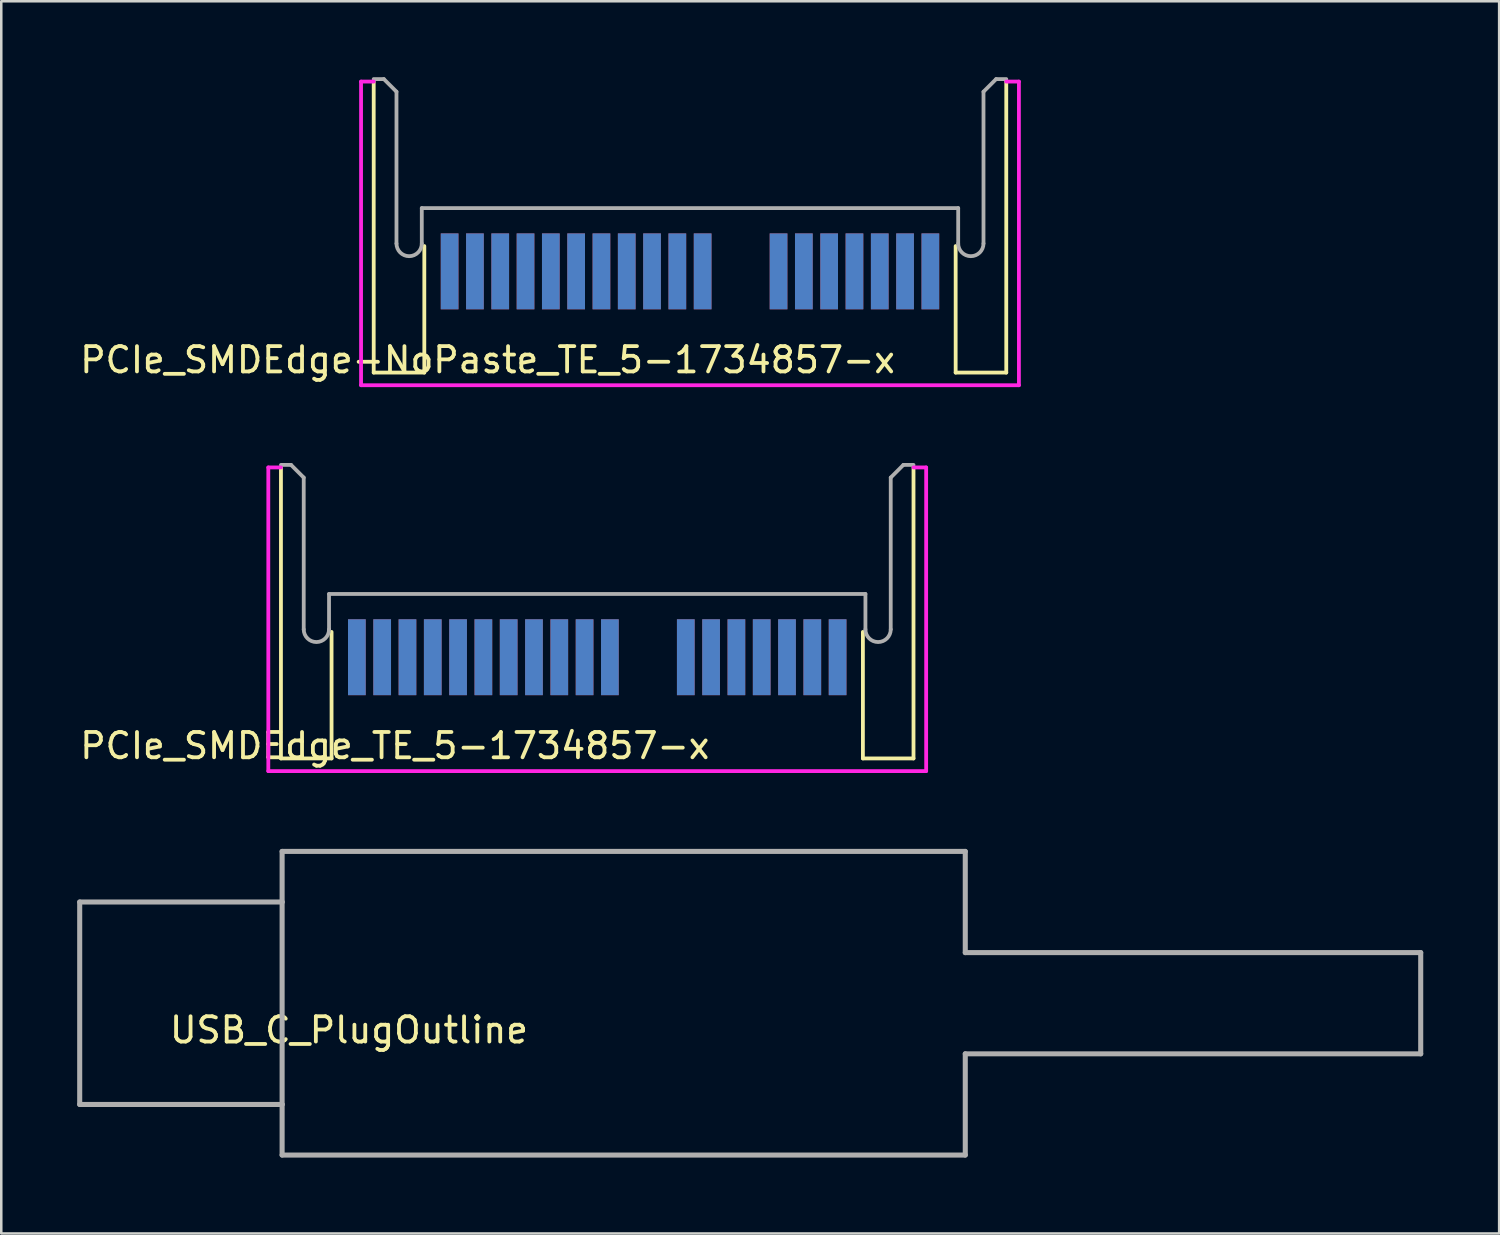
<source format=kicad_pcb>
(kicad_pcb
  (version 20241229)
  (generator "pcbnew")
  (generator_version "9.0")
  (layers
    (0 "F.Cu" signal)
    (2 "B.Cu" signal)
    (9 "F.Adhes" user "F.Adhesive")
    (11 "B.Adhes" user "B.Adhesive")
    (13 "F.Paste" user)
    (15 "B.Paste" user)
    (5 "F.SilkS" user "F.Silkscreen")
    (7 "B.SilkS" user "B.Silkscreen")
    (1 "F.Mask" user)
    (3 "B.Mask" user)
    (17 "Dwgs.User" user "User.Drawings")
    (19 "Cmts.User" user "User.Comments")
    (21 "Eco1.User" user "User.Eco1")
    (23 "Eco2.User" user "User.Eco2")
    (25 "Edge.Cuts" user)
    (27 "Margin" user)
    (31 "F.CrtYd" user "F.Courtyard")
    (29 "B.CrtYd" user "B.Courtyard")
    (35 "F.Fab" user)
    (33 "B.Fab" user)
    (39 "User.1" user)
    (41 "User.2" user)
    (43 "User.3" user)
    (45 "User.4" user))
  (footprint "PCIe_SMDEdge_TE_5-1734857-x"
    (layer "F.Cu")
    (at 22.554 20.425)
    (property "Reference" "PCIe_SMDEdge_TE_5-1734857-x" (at -10 6 0) (layer "F.SilkS") (effects (font (size 1 1) (thickness 0.15))))
    (attr through_hole)
    (fp_line (start -14.5 6.5) (end -14.5 -5) (stroke (width 0.15) (type solid)) (layer "F.SilkS"))
    (fp_line (start -14.5 6.5) (end -12.5 6.5) (stroke (width 0.15) (type solid)) (layer "F.SilkS"))
    (fp_line (start -12.5 6.5) (end -12.5 1.5) (stroke (width 0.15) (type solid)) (layer "F.SilkS"))
    (fp_line (start 8.5 6.5) (end 8.5 1.5) (stroke (width 0.15) (type solid)) (layer "F.SilkS"))
    (fp_line (start 10.5 6.5) (end 8.5 6.5) (stroke (width 0.15) (type solid)) (layer "F.SilkS"))
    (fp_line (start 10.5 6.5) (end 10.5 -5) (stroke (width 0.15) (type solid)) (layer "F.SilkS"))
    (fp_line (start -15 -5) (end -15 7) (stroke (width 0.15) (type solid)) (layer "F.CrtYd"))
    (fp_line (start -15 -5) (end -14.5 -5) (stroke (width 0.15) (type solid)) (layer "F.CrtYd"))
    (fp_line (start -15 7) (end 11 7) (stroke (width 0.15) (type solid)) (layer "F.CrtYd"))
    (fp_line (start 11 -5) (end 10.5 -5) (stroke (width 0.15) (type solid)) (layer "F.CrtYd"))
    (fp_line (start 11 7) (end 11 -5) (stroke (width 0.15) (type solid)) (layer "F.CrtYd"))
    (fp_line (start -14.1 -5.1) (end -14.5 -5.1) (stroke (width 0.15) (type solid)) (layer "F.Fab"))
    (fp_line (start -13.6 -4.6) (end -14.1 -5.1) (stroke (width 0.15) (type solid)) (layer "F.Fab"))
    (fp_line (start -13.6 1.4) (end -13.6 -4.6) (stroke (width 0.15) (type solid)) (layer "F.Fab"))
    (fp_line (start -12.6 0) (end -12.6 1.4) (stroke (width 0.15) (type solid)) (layer "F.Fab"))
    (fp_line (start -12.6 0) (end 8.6 0) (stroke (width 0.15) (type solid)) (layer "F.Fab"))
    (fp_line (start 8.6 0) (end 8.6 1.4) (stroke (width 0.15) (type solid)) (layer "F.Fab"))
    (fp_line (start 9.6 -4.6) (end 10.1 -5.1) (stroke (width 0.15) (type solid)) (layer "F.Fab"))
    (fp_line (start 9.6 1.4) (end 9.6 -4.6) (stroke (width 0.15) (type solid)) (layer "F.Fab"))
    (fp_line (start 10.1 -5.1) (end 10.5 -5.1) (stroke (width 0.15) (type solid)) (layer "F.Fab"))
    (fp_arc (start -12.6 1.4) (mid -13.1 1.9) (end -13.6 1.4) (stroke (width 0.15) (type solid)) (layer "F.Fab"))
    (fp_arc (start 9.6 1.4) (mid 9.1 1.9) (end 8.6 1.4) (stroke (width 0.15) (type solid)) (layer "F.Fab"))
    (pad "A1" smd rect (at -11.5 2.5) (size 0.7 3) (layers "F.Mask" "B.Cu" "F.Paste"))
    (pad "A2" smd rect (at -10.5 2.5) (size 0.7 3) (layers "F.Mask" "B.Cu" "F.Paste"))
    (pad "A3" smd rect (at -9.5 2.5) (size 0.7 3) (layers "F.Mask" "B.Cu" "F.Paste"))
    (pad "A4" smd rect (at -8.5 2.5) (size 0.7 3) (layers "F.Mask" "B.Cu" "F.Paste"))
    (pad "A5" smd rect (at -7.5 2.5) (size 0.7 3) (layers "F.Mask" "B.Cu" "F.Paste"))
    (pad "A6" smd rect (at -6.5 2.5) (size 0.7 3) (layers "F.Mask" "B.Cu" "F.Paste"))
    (pad "A7" smd rect (at -5.5 2.5) (size 0.7 3) (layers "F.Mask" "B.Cu" "F.Paste"))
    (pad "A8" smd rect (at -4.5 2.5) (size 0.7 3) (layers "F.Mask" "B.Cu" "F.Paste"))
    (pad "A9" smd rect (at -3.5 2.5) (size 0.7 3) (layers "F.Mask" "B.Cu" "F.Paste"))
    (pad "A10" smd rect (at -2.5 2.5) (size 0.7 3) (layers "F.Mask" "B.Cu" "F.Paste"))
    (pad "A11" smd rect (at -1.5 2.5) (size 0.7 3) (layers "F.Mask" "B.Cu" "F.Paste"))
    (pad "A12" smd rect (at 1.5 2.5) (size 0.7 3) (layers "F.Mask" "B.Cu" "F.Paste"))
    (pad "A13" smd rect (at 2.5 2.5) (size 0.7 3) (layers "F.Mask" "B.Cu" "F.Paste"))
    (pad "A14" smd rect (at 3.5 2.5) (size 0.7 3) (layers "F.Mask" "B.Cu" "F.Paste"))
    (pad "A15" smd rect (at 4.5 2.5) (size 0.7 3) (layers "F.Mask" "B.Cu" "F.Paste"))
    (pad "A16" smd rect (at 5.5 2.5) (size 0.7 3) (layers "F.Mask" "B.Cu" "F.Paste"))
    (pad "A17" smd rect (at 6.5 2.5) (size 0.7 3) (layers "F.Mask" "B.Cu" "F.Paste"))
    (pad "A18" smd rect (at 7.5 2.5) (size 0.7 3) (layers "F.Mask" "B.Cu" "F.Paste"))
    (pad "B1" smd rect (at -11.5 2.5) (size 0.7 3) (layers "F.Cu" "F.Mask" "F.Paste"))
    (pad "B2" smd rect (at -10.5 2.5) (size 0.7 3) (layers "F.Cu" "F.Mask" "F.Paste"))
    (pad "B3" smd rect (at -9.5 2.5) (size 0.7 3) (layers "F.Cu" "F.Mask" "F.Paste"))
    (pad "B4" smd rect (at -8.5 2.5) (size 0.7 3) (layers "F.Cu" "F.Mask" "F.Paste"))
    (pad "B5" smd rect (at -7.5 2.5) (size 0.7 3) (layers "F.Cu" "F.Mask" "F.Paste"))
    (pad "B6" smd rect (at -6.5 2.5) (size 0.7 3) (layers "F.Cu" "F.Mask" "F.Paste"))
    (pad "B7" smd rect (at -5.5 2.5) (size 0.7 3) (layers "F.Cu" "F.Mask" "F.Paste"))
    (pad "B8" smd rect (at -4.5 2.5) (size 0.7 3) (layers "F.Cu" "F.Mask" "F.Paste"))
    (pad "B9" smd rect (at -3.5 2.5) (size 0.7 3) (layers "F.Cu" "F.Mask" "F.Paste"))
    (pad "B10" smd rect (at -2.5 2.5) (size 0.7 3) (layers "F.Cu" "F.Mask" "F.Paste"))
    (pad "B11" smd rect (at -1.5 2.5) (size 0.7 3) (layers "F.Cu" "F.Mask" "F.Paste"))
    (pad "B12" smd rect (at 1.5 2.5) (size 0.7 3) (layers "F.Cu" "F.Mask" "F.Paste"))
    (pad "B13" smd rect (at 2.5 2.5) (size 0.7 3) (layers "F.Cu" "F.Mask" "F.Paste"))
    (pad "B14" smd rect (at 3.5 2.5) (size 0.7 3) (layers "F.Cu" "F.Mask" "F.Paste"))
    (pad "B15" smd rect (at 4.5 2.5) (size 0.7 3) (layers "F.Cu" "F.Mask" "F.Paste"))
    (pad "B16" smd rect (at 5.5 2.5) (size 0.7 3) (layers "F.Cu" "F.Mask" "F.Paste"))
    (pad "B17" smd rect (at 6.5 2.5) (size 0.7 3) (layers "F.Cu" "F.Mask" "F.Paste"))
    (pad "B18" smd rect (at 7.5 2.5) (size 0.7 3) (layers "F.Cu" "F.Mask" "F.Paste")))
  (footprint "USB_C_PlugOutline"
    (layer "F.Cu")
    (at 8.093 36.61)
    (property "Reference" "USB_C_PlugOutline" (at 2.65 1.05 0) (layer "F.SilkS") (effects (font (size 1 1) (thickness 0.15))))
    (attr through_hole)
    (fp_line (start -7.993 -4.01) (end 0.007 -4.01) (stroke (width 0.2) (type solid)) (layer "F.Fab"))
    (fp_line (start -7.993 3.99) (end -7.993 -4.01) (stroke (width 0.2) (type solid)) (layer "F.Fab"))
    (fp_line (start 0.007 -6.01) (end 27.007 -6.01) (stroke (width 0.2) (type solid)) (layer "F.Fab"))
    (fp_line (start 0.007 -4.01) (end 0.007 -6.01) (stroke (width 0.2) (type solid)) (layer "F.Fab"))
    (fp_line (start 0.007 3.99) (end -7.993 3.99) (stroke (width 0.2) (type solid)) (layer "F.Fab"))
    (fp_line (start 0.007 3.99) (end 0.007 -4.01) (stroke (width 0.2) (type solid)) (layer "F.Fab"))
    (fp_line (start 0.007 3.99) (end 0.007 5.99) (stroke (width 0.2) (type solid)) (layer "F.Fab"))
    (fp_line (start 0.007 5.99) (end 27.007 5.99) (stroke (width 0.2) (type solid)) (layer "F.Fab"))
    (fp_line (start 27.007 -2.01) (end 27.007 -6.01) (stroke (width 0.2) (type solid)) (layer "F.Fab"))
    (fp_line (start 27.007 1.99) (end 45.007 1.99) (stroke (width 0.2) (type solid)) (layer "F.Fab"))
    (fp_line (start 27.007 5.99) (end 27.007 1.99) (stroke (width 0.2) (type solid)) (layer "F.Fab"))
    (fp_line (start 45.007 -2.01) (end 27.007 -2.01) (stroke (width 0.2) (type solid)) (layer "F.Fab"))
    (fp_line (start 45.007 1.99) (end 45.007 -2.01) (stroke (width 0.2) (type solid)) (layer "F.Fab")))
  (footprint "PCIe_SMDEdge-NoPaste_TE_5-1734857-x"
    (layer "F.Cu")
    (at 26.22 5.175)
    (property "Reference" "PCIe_SMDEdge-NoPaste_TE_5-1734857-x" (at -10 6 0) (layer "F.SilkS") (effects (font (size 1 1) (thickness 0.15))))
    (attr through_hole)
    (fp_line (start -14.5 6.5) (end -14.5 -5) (stroke (width 0.15) (type solid)) (layer "F.SilkS"))
    (fp_line (start -14.5 6.5) (end -12.5 6.5) (stroke (width 0.15) (type solid)) (layer "F.SilkS"))
    (fp_line (start -12.5 6.5) (end -12.5 1.5) (stroke (width 0.15) (type solid)) (layer "F.SilkS"))
    (fp_line (start 8.5 6.5) (end 8.5 1.5) (stroke (width 0.15) (type solid)) (layer "F.SilkS"))
    (fp_line (start 10.5 6.5) (end 8.5 6.5) (stroke (width 0.15) (type solid)) (layer "F.SilkS"))
    (fp_line (start 10.5 6.5) (end 10.5 -5) (stroke (width 0.15) (type solid)) (layer "F.SilkS"))
    (fp_line (start -15 -5) (end -15 7) (stroke (width 0.15) (type solid)) (layer "F.CrtYd"))
    (fp_line (start -15 -5) (end -14.5 -5) (stroke (width 0.15) (type solid)) (layer "F.CrtYd"))
    (fp_line (start -15 7) (end 11 7) (stroke (width 0.15) (type solid)) (layer "F.CrtYd"))
    (fp_line (start 11 -5) (end 10.5 -5) (stroke (width 0.15) (type solid)) (layer "F.CrtYd"))
    (fp_line (start 11 7) (end 11 -5) (stroke (width 0.15) (type solid)) (layer "F.CrtYd"))
    (fp_line (start -14.1 -5.1) (end -14.5 -5.1) (stroke (width 0.15) (type solid)) (layer "F.Fab"))
    (fp_line (start -13.6 -4.6) (end -14.1 -5.1) (stroke (width 0.15) (type solid)) (layer "F.Fab"))
    (fp_line (start -13.6 1.4) (end -13.6 -4.6) (stroke (width 0.15) (type solid)) (layer "F.Fab"))
    (fp_line (start -12.6 0) (end -12.6 1.4) (stroke (width 0.15) (type solid)) (layer "F.Fab"))
    (fp_line (start -12.6 0) (end 8.6 0) (stroke (width 0.15) (type solid)) (layer "F.Fab"))
    (fp_line (start 8.6 0) (end 8.6 1.4) (stroke (width 0.15) (type solid)) (layer "F.Fab"))
    (fp_line (start 9.6 -4.6) (end 10.1 -5.1) (stroke (width 0.15) (type solid)) (layer "F.Fab"))
    (fp_line (start 9.6 1.4) (end 9.6 -4.6) (stroke (width 0.15) (type solid)) (layer "F.Fab"))
    (fp_line (start 10.1 -5.1) (end 10.5 -5.1) (stroke (width 0.15) (type solid)) (layer "F.Fab"))
    (fp_arc (start -12.6 1.4) (mid -13.1 1.9) (end -13.6 1.4) (stroke (width 0.15) (type solid)) (layer "F.Fab"))
    (fp_arc (start 9.6 1.4) (mid 9.1 1.9) (end 8.6 1.4) (stroke (width 0.15) (type solid)) (layer "F.Fab"))
    (pad "A1" smd rect (at -11.5 2.5) (size 0.7 3) (layers "B.Cu" "B.Mask"))
    (pad "A2" smd rect (at -10.5 2.5) (size 0.7 3) (layers "B.Cu" "B.Mask"))
    (pad "A3" smd rect (at -9.5 2.5) (size 0.7 3) (layers "B.Cu" "B.Mask"))
    (pad "A4" smd rect (at -8.5 2.5) (size 0.7 3) (layers "B.Cu" "B.Mask"))
    (pad "A5" smd rect (at -7.5 2.5) (size 0.7 3) (layers "B.Cu" "B.Mask"))
    (pad "A6" smd rect (at -6.5 2.5) (size 0.7 3) (layers "B.Cu" "B.Mask"))
    (pad "A7" smd rect (at -5.5 2.5) (size 0.7 3) (layers "B.Cu" "B.Mask"))
    (pad "A8" smd rect (at -4.5 2.5) (size 0.7 3) (layers "B.Cu" "B.Mask"))
    (pad "A9" smd rect (at -3.5 2.5) (size 0.7 3) (layers "B.Cu" "B.Mask"))
    (pad "A10" smd rect (at -2.5 2.5) (size 0.7 3) (layers "B.Cu" "B.Mask"))
    (pad "A11" smd rect (at -1.5 2.5) (size 0.7 3) (layers "B.Cu" "B.Mask"))
    (pad "A12" smd rect (at 1.5 2.5) (size 0.7 3) (layers "B.Cu" "B.Mask"))
    (pad "A13" smd rect (at 2.5 2.5) (size 0.7 3) (layers "B.Cu" "B.Mask"))
    (pad "A14" smd rect (at 3.5 2.5) (size 0.7 3) (layers "B.Cu" "B.Mask"))
    (pad "A15" smd rect (at 4.5 2.5) (size 0.7 3) (layers "B.Cu" "B.Mask"))
    (pad "A16" smd rect (at 5.5 2.5) (size 0.7 3) (layers "B.Cu" "B.Mask"))
    (pad "A17" smd rect (at 6.5 2.5) (size 0.7 3) (layers "B.Cu" "B.Mask"))
    (pad "A18" smd rect (at 7.5 2.5) (size 0.7 3) (layers "B.Cu" "B.Mask"))
    (pad "B1" smd rect (at -11.5 2.5) (size 0.7 3) (layers "F.Cu" "F.Mask"))
    (pad "B2" smd rect (at -10.5 2.5) (size 0.7 3) (layers "F.Cu" "F.Mask"))
    (pad "B3" smd rect (at -9.5 2.5) (size 0.7 3) (layers "F.Cu" "F.Mask"))
    (pad "B4" smd rect (at -8.5 2.5) (size 0.7 3) (layers "F.Cu" "F.Mask"))
    (pad "B5" smd rect (at -7.5 2.5) (size 0.7 3) (layers "F.Cu" "F.Mask"))
    (pad "B6" smd rect (at -6.5 2.5) (size 0.7 3) (layers "F.Cu" "F.Mask"))
    (pad "B7" smd rect (at -5.5 2.5) (size 0.7 3) (layers "F.Cu" "F.Mask"))
    (pad "B8" smd rect (at -4.5 2.5) (size 0.7 3) (layers "F.Cu" "F.Mask"))
    (pad "B9" smd rect (at -3.5 2.5) (size 0.7 3) (layers "F.Cu" "F.Mask"))
    (pad "B10" smd rect (at -2.5 2.5) (size 0.7 3) (layers "F.Cu" "F.Mask"))
    (pad "B11" smd rect (at -1.5 2.5) (size 0.7 3) (layers "F.Cu" "F.Mask"))
    (pad "B12" smd rect (at 1.5 2.5) (size 0.7 3) (layers "F.Cu" "F.Mask"))
    (pad "B13" smd rect (at 2.5 2.5) (size 0.7 3) (layers "F.Cu" "F.Mask"))
    (pad "B14" smd rect (at 3.5 2.5) (size 0.7 3) (layers "F.Cu" "F.Mask"))
    (pad "B15" smd rect (at 4.5 2.5) (size 0.7 3) (layers "F.Cu" "F.Mask"))
    (pad "B16" smd rect (at 5.5 2.5) (size 0.7 3) (layers "F.Cu" "F.Mask"))
    (pad "B17" smd rect (at 6.5 2.5) (size 0.7 3) (layers "F.Cu" "F.Mask"))
    (pad "B18" smd rect (at 7.5 2.5) (size 0.7 3) (layers "F.Cu" "F.Mask")))
  (gr_rect
    (start -3 -3)
    (end 56.2 45.7)
    (stroke (width 0.1) (type default))
    (fill no)
    (layer "Edge.Cuts")))
</source>
